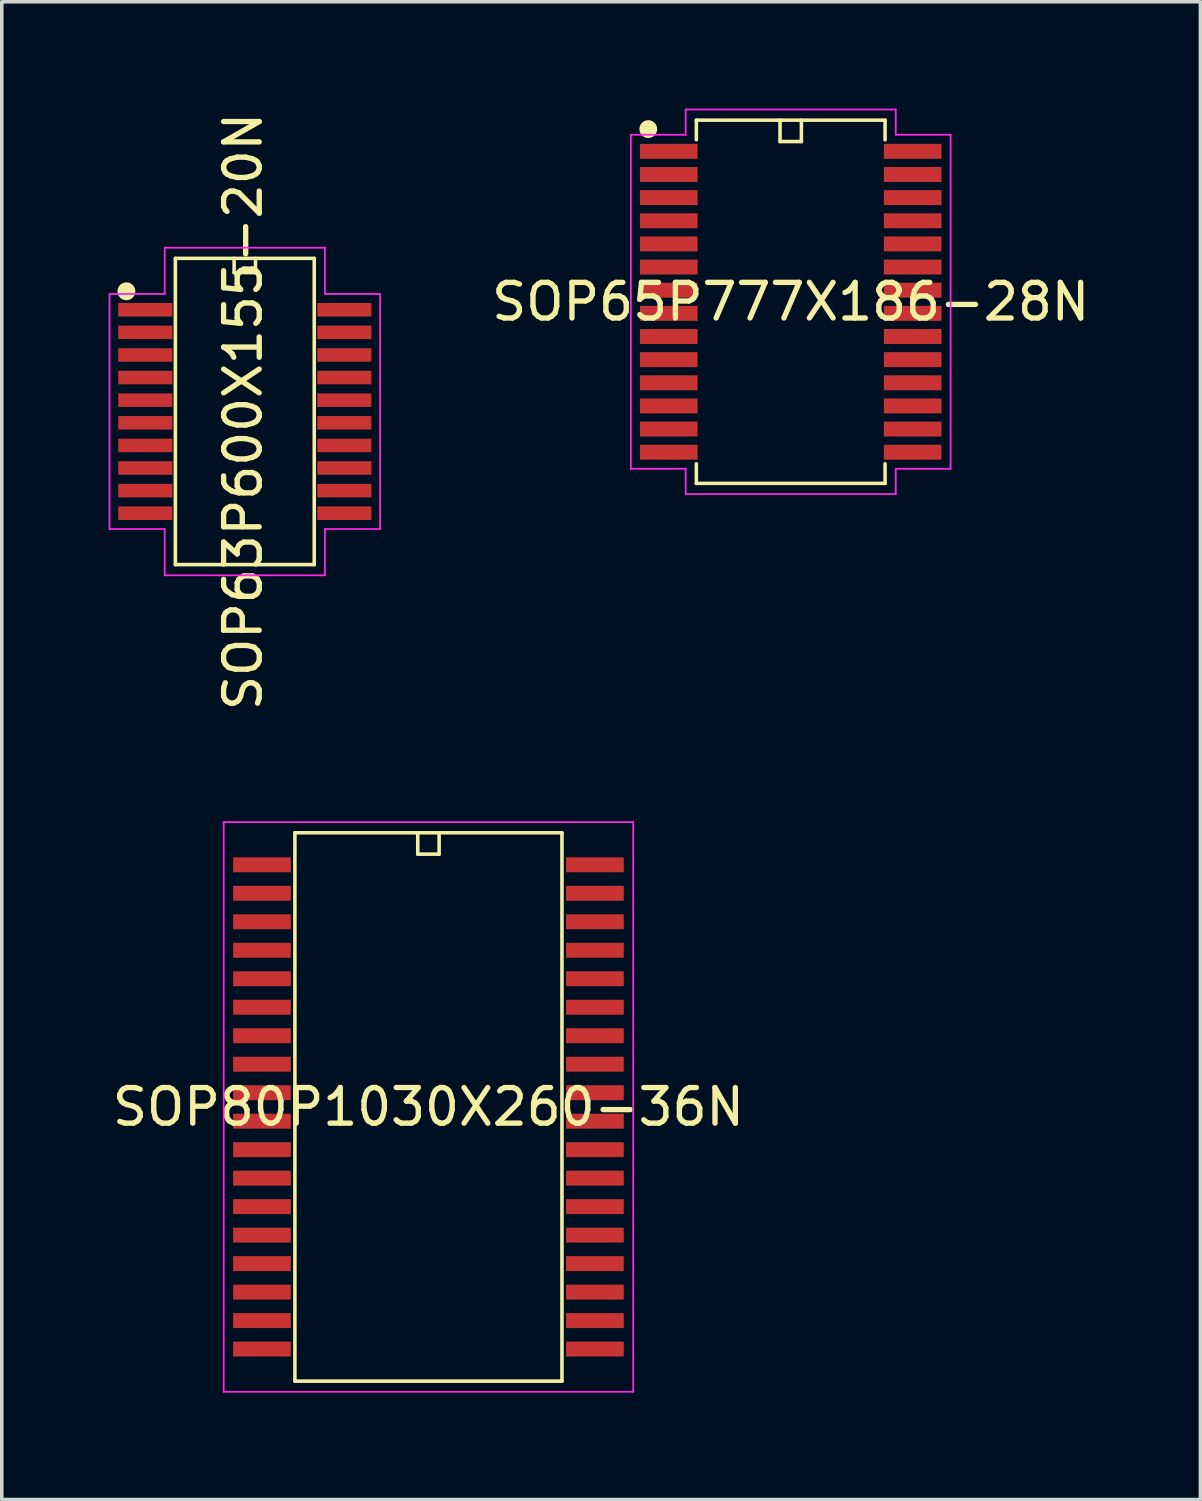
<source format=kicad_pcb>
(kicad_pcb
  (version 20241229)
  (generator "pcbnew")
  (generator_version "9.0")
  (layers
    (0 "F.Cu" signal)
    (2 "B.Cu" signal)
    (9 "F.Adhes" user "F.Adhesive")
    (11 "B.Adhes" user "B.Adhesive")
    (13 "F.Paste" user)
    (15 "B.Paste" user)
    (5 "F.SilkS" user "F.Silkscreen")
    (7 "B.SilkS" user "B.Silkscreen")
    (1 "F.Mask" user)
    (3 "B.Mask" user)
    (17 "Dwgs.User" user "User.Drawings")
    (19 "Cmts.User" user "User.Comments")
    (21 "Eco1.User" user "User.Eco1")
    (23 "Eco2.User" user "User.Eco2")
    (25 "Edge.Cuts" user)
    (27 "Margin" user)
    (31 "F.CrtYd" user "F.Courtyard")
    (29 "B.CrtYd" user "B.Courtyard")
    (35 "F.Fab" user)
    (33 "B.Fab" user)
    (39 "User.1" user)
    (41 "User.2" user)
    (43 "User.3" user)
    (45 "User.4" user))
  (footprint "SOP63P600X155-20N"
    (layer "F.Cu")
    (at 3.825 8.506)
    (property "Reference" "SOP63P600X155-20N" (at -0.05 0 90) (layer "F.SilkS") (effects (font (size 1 1) (thickness 0.15))))
    (attr through_hole)
    (fp_line (start -1.95 -4.3) (end -1.95 4.3) (stroke (width 0.1) (type solid)) (layer "F.SilkS"))
    (fp_line (start -1.95 4.3) (end 1.95 4.3) (stroke (width 0.1) (type solid)) (layer "F.SilkS"))
    (fp_line (start -0.3 -4.3) (end -0.3 -3.9) (stroke (width 0.1) (type solid)) (layer "F.SilkS"))
    (fp_line (start -0.3 -3.9) (end 0.3 -3.9) (stroke (width 0.1) (type solid)) (layer "F.SilkS"))
    (fp_line (start 0.3 -3.9) (end 0.3 -4.3) (stroke (width 0.1) (type solid)) (layer "F.SilkS"))
    (fp_line (start 1.95 -4.3) (end -1.95 -4.3) (stroke (width 0.1) (type solid)) (layer "F.SilkS"))
    (fp_line (start 1.95 4.3) (end 1.95 -4.3) (stroke (width 0.1) (type solid)) (layer "F.SilkS"))
    (fp_circle (center -3.325 -3.375) (end -3.3 -3.375) (stroke (width 0.05) (type solid)) (fill no) (layer "F.SilkS"))
    (fp_circle (center -3.325 -3.375) (end -3.275 -3.375) (stroke (width 0.05) (type solid)) (fill no) (layer "F.SilkS"))
    (fp_circle (center -3.325 -3.375) (end -3.25 -3.375) (stroke (width 0.05) (type solid)) (fill no) (layer "F.SilkS"))
    (fp_circle (center -3.325 -3.375) (end -3.225 -3.375) (stroke (width 0.05) (type solid)) (fill no) (layer "F.SilkS"))
    (fp_circle (center -3.325 -3.375) (end -3.2 -3.35) (stroke (width 0.05) (type solid)) (fill no) (layer "F.SilkS"))
    (fp_circle (center -3.325 -3.375) (end -3.175 -3.35) (stroke (width 0.05) (type solid)) (fill no) (layer "F.SilkS"))
    (fp_circle (center -3.325 -3.375) (end -3.15 -3.35) (stroke (width 0.05) (type solid)) (fill no) (layer "F.SilkS"))
    (fp_circle (center -3.325 -3.375) (end -3.125 -3.35) (stroke (width 0.05) (type solid)) (fill no) (layer "F.SilkS"))
    (fp_circle (center -3.325 -3.375) (end -3.1 -3.35) (stroke (width 0.05) (type solid)) (fill no) (layer "F.SilkS"))
    (fp_line (start -3.8 -3.3) (end -3.8 3.3) (stroke (width 0.05) (type solid)) (layer "F.CrtYd"))
    (fp_line (start -3.8 3.3) (end -2.25 3.3) (stroke (width 0.05) (type solid)) (layer "F.CrtYd"))
    (fp_line (start -2.25 -4.6) (end -2.25 -3.3) (stroke (width 0.05) (type solid)) (layer "F.CrtYd"))
    (fp_line (start -2.25 -3.3) (end -3.8 -3.3) (stroke (width 0.05) (type solid)) (layer "F.CrtYd"))
    (fp_line (start -2.25 3.3) (end -2.25 4.6) (stroke (width 0.05) (type solid)) (layer "F.CrtYd"))
    (fp_line (start -2.25 4.6) (end 2.25 4.6) (stroke (width 0.05) (type solid)) (layer "F.CrtYd"))
    (fp_line (start 2.25 -4.6) (end -2.25 -4.6) (stroke (width 0.05) (type solid)) (layer "F.CrtYd"))
    (fp_line (start 2.25 -3.3) (end 2.25 -4.6) (stroke (width 0.05) (type solid)) (layer "F.CrtYd"))
    (fp_line (start 2.25 3.3) (end 3.8 3.3) (stroke (width 0.05) (type solid)) (layer "F.CrtYd"))
    (fp_line (start 2.25 4.6) (end 2.25 3.3) (stroke (width 0.05) (type solid)) (layer "F.CrtYd"))
    (fp_line (start 3.8 -3.3) (end 2.25 -3.3) (stroke (width 0.05) (type solid)) (layer "F.CrtYd"))
    (fp_line (start 3.8 3.3) (end 3.8 -3.3) (stroke (width 0.05) (type solid)) (layer "F.CrtYd"))
    (pad "1" smd rect (at -2.795 -2.857) (size 1.52 0.38) (layers "F.Cu" "F.Mask" "F.Paste"))
    (pad "2" smd rect (at -2.795 -2.223) (size 1.52 0.38) (layers "F.Cu" "F.Mask" "F.Paste"))
    (pad "3" smd rect (at -2.795 -1.587) (size 1.52 0.38) (layers "F.Cu" "F.Mask" "F.Paste"))
    (pad "4" smd rect (at -2.795 -0.953) (size 1.52 0.38) (layers "F.Cu" "F.Mask" "F.Paste"))
    (pad "5" smd rect (at -2.795 -0.318) (size 1.52 0.38) (layers "F.Cu" "F.Mask" "F.Paste"))
    (pad "6" smd rect (at -2.795 0.318) (size 1.52 0.38) (layers "F.Cu" "F.Mask" "F.Paste"))
    (pad "7" smd rect (at -2.795 0.953) (size 1.52 0.38) (layers "F.Cu" "F.Mask" "F.Paste"))
    (pad "8" smd rect (at -2.795 1.587) (size 1.52 0.38) (layers "F.Cu" "F.Mask" "F.Paste"))
    (pad "9" smd rect (at -2.795 2.223) (size 1.52 0.38) (layers "F.Cu" "F.Mask" "F.Paste"))
    (pad "10" smd rect (at -2.795 2.857) (size 1.52 0.38) (layers "F.Cu" "F.Mask" "F.Paste"))
    (pad "11" smd rect (at 2.795 2.857) (size 1.52 0.38) (layers "F.Cu" "F.Mask" "F.Paste"))
    (pad "12" smd rect (at 2.795 2.223) (size 1.52 0.38) (layers "F.Cu" "F.Mask" "F.Paste"))
    (pad "13" smd rect (at 2.795 1.587) (size 1.52 0.38) (layers "F.Cu" "F.Mask" "F.Paste"))
    (pad "14" smd rect (at 2.795 0.953) (size 1.52 0.38) (layers "F.Cu" "F.Mask" "F.Paste"))
    (pad "15" smd rect (at 2.795 0.318) (size 1.52 0.38) (layers "F.Cu" "F.Mask" "F.Paste"))
    (pad "16" smd rect (at 2.795 -0.318) (size 1.52 0.38) (layers "F.Cu" "F.Mask" "F.Paste"))
    (pad "17" smd rect (at 2.795 -0.953) (size 1.52 0.38) (layers "F.Cu" "F.Mask" "F.Paste"))
    (pad "18" smd rect (at 2.795 -1.587) (size 1.52 0.38) (layers "F.Cu" "F.Mask" "F.Paste"))
    (pad "19" smd rect (at 2.795 -2.223) (size 1.52 0.38) (layers "F.Cu" "F.Mask" "F.Paste"))
    (pad "20" smd rect (at 2.795 -2.857) (size 1.52 0.38) (layers "F.Cu" "F.Mask" "F.Paste")))
  (footprint "SOP65P777X186-28N"
    (layer "F.Cu")
    (at 19.156 5.425)
    (property "Reference" "SOP65P777X186-28N" (at 0 0 0) (layer "F.SilkS") (effects (font (size 1 1) (thickness 0.15))))
    (attr through_hole)
    (fp_line (start -2.65 -5.1) (end 2.65 -5.1) (stroke (width 0.1) (type solid)) (layer "F.SilkS"))
    (fp_line (start -2.65 -4.55) (end -2.65 -5.1) (stroke (width 0.1) (type solid)) (layer "F.SilkS"))
    (fp_line (start -2.65 5.1) (end -2.65 4.55) (stroke (width 0.1) (type solid)) (layer "F.SilkS"))
    (fp_line (start -0.3 -5.1) (end -0.3 -4.5) (stroke (width 0.1) (type solid)) (layer "F.SilkS"))
    (fp_line (start -0.3 -4.5) (end 0.3 -4.5) (stroke (width 0.1) (type solid)) (layer "F.SilkS"))
    (fp_line (start 0.3 -4.5) (end 0.3 -5.1) (stroke (width 0.1) (type solid)) (layer "F.SilkS"))
    (fp_line (start 2.65 -5.1) (end 2.65 -4.55) (stroke (width 0.1) (type solid)) (layer "F.SilkS"))
    (fp_line (start 2.65 4.55) (end 2.65 5.1) (stroke (width 0.1) (type solid)) (layer "F.SilkS"))
    (fp_line (start 2.65 5.1) (end -2.65 5.1) (stroke (width 0.1) (type solid)) (layer "F.SilkS"))
    (fp_circle (center -4 -4.85) (end -3.975 -4.85) (stroke (width 0.05) (type solid)) (fill no) (layer "F.SilkS"))
    (fp_circle (center -4 -4.85) (end -3.95 -4.85) (stroke (width 0.05) (type solid)) (fill no) (layer "F.SilkS"))
    (fp_circle (center -4 -4.85) (end -3.925 -4.825) (stroke (width 0.05) (type solid)) (fill no) (layer "F.SilkS"))
    (fp_circle (center -4 -4.85) (end -3.9 -4.85) (stroke (width 0.05) (type solid)) (fill no) (layer "F.SilkS"))
    (fp_circle (center -4 -4.85) (end -3.875 -4.85) (stroke (width 0.05) (type solid)) (fill no) (layer "F.SilkS"))
    (fp_circle (center -4 -4.85) (end -3.85 -4.85) (stroke (width 0.05) (type solid)) (fill no) (layer "F.SilkS"))
    (fp_circle (center -4 -4.85) (end -3.825 -4.85) (stroke (width 0.05) (type solid)) (fill no) (layer "F.SilkS"))
    (fp_circle (center -4 -4.85) (end -3.8 -4.825) (stroke (width 0.05) (type solid)) (fill no) (layer "F.SilkS"))
    (fp_circle (center -4 -4.85) (end -3.775 -4.85) (stroke (width 0.05) (type solid)) (fill no) (layer "F.SilkS"))
    (fp_line (start -4.49 -4.69) (end -2.95 -4.69) (stroke (width 0.05) (type solid)) (layer "F.CrtYd"))
    (fp_line (start -4.49 4.69) (end -4.49 -4.69) (stroke (width 0.05) (type solid)) (layer "F.CrtYd"))
    (fp_line (start -2.95 -5.4) (end 2.95 -5.4) (stroke (width 0.05) (type solid)) (layer "F.CrtYd"))
    (fp_line (start -2.95 -4.69) (end -2.95 -5.4) (stroke (width 0.05) (type solid)) (layer "F.CrtYd"))
    (fp_line (start -2.95 4.69) (end -4.49 4.69) (stroke (width 0.05) (type solid)) (layer "F.CrtYd"))
    (fp_line (start -2.95 5.4) (end -2.95 4.69) (stroke (width 0.05) (type solid)) (layer "F.CrtYd"))
    (fp_line (start 2.95 -5.4) (end 2.95 -4.69) (stroke (width 0.05) (type solid)) (layer "F.CrtYd"))
    (fp_line (start 2.95 -4.69) (end 4.49 -4.69) (stroke (width 0.05) (type solid)) (layer "F.CrtYd"))
    (fp_line (start 2.95 4.69) (end 2.95 5.4) (stroke (width 0.05) (type solid)) (layer "F.CrtYd"))
    (fp_line (start 2.95 5.4) (end -2.95 5.4) (stroke (width 0.05) (type solid)) (layer "F.CrtYd"))
    (fp_line (start 4.49 -4.69) (end 4.49 4.69) (stroke (width 0.05) (type solid)) (layer "F.CrtYd"))
    (fp_line (start 4.49 4.69) (end 2.95 4.69) (stroke (width 0.05) (type solid)) (layer "F.CrtYd"))
    (pad "1" smd rect (at -3.425 -4.225) (size 1.62 0.42) (layers "F.Cu" "F.Mask" "F.Paste"))
    (pad "2" smd rect (at -3.425 -3.575) (size 1.62 0.42) (layers "F.Cu" "F.Mask" "F.Paste"))
    (pad "3" smd rect (at -3.425 -2.925) (size 1.62 0.42) (layers "F.Cu" "F.Mask" "F.Paste"))
    (pad "4" smd rect (at -3.425 -2.275) (size 1.62 0.42) (layers "F.Cu" "F.Mask" "F.Paste"))
    (pad "5" smd rect (at -3.425 -1.625) (size 1.62 0.42) (layers "F.Cu" "F.Mask" "F.Paste"))
    (pad "6" smd rect (at -3.425 -0.975) (size 1.62 0.42) (layers "F.Cu" "F.Mask" "F.Paste"))
    (pad "7" smd rect (at -3.425 -0.325) (size 1.62 0.42) (layers "F.Cu" "F.Mask" "F.Paste"))
    (pad "8" smd rect (at -3.425 0.325) (size 1.62 0.42) (layers "F.Cu" "F.Mask" "F.Paste"))
    (pad "9" smd rect (at -3.425 0.975) (size 1.62 0.42) (layers "F.Cu" "F.Mask" "F.Paste"))
    (pad "10" smd rect (at -3.425 1.625) (size 1.62 0.42) (layers "F.Cu" "F.Mask" "F.Paste"))
    (pad "11" smd rect (at -3.425 2.275) (size 1.62 0.42) (layers "F.Cu" "F.Mask" "F.Paste"))
    (pad "12" smd rect (at -3.425 2.925) (size 1.62 0.42) (layers "F.Cu" "F.Mask" "F.Paste"))
    (pad "13" smd rect (at -3.425 3.575) (size 1.62 0.42) (layers "F.Cu" "F.Mask" "F.Paste"))
    (pad "14" smd rect (at -3.425 4.225) (size 1.62 0.42) (layers "F.Cu" "F.Mask" "F.Paste"))
    (pad "15" smd rect (at 3.425 4.225) (size 1.62 0.42) (layers "F.Cu" "F.Mask" "F.Paste"))
    (pad "16" smd rect (at 3.425 3.575) (size 1.62 0.42) (layers "F.Cu" "F.Mask" "F.Paste"))
    (pad "17" smd rect (at 3.425 2.925) (size 1.62 0.42) (layers "F.Cu" "F.Mask" "F.Paste"))
    (pad "18" smd rect (at 3.425 2.275) (size 1.62 0.42) (layers "F.Cu" "F.Mask" "F.Paste"))
    (pad "19" smd rect (at 3.425 1.625) (size 1.62 0.42) (layers "F.Cu" "F.Mask" "F.Paste"))
    (pad "20" smd rect (at 3.425 0.975) (size 1.62 0.42) (layers "F.Cu" "F.Mask" "F.Paste"))
    (pad "21" smd rect (at 3.425 0.325) (size 1.62 0.42) (layers "F.Cu" "F.Mask" "F.Paste"))
    (pad "22" smd rect (at 3.425 -0.325) (size 1.62 0.42) (layers "F.Cu" "F.Mask" "F.Paste"))
    (pad "23" smd rect (at 3.425 -0.975) (size 1.62 0.42) (layers "F.Cu" "F.Mask" "F.Paste"))
    (pad "24" smd rect (at 3.425 -1.625) (size 1.62 0.42) (layers "F.Cu" "F.Mask" "F.Paste"))
    (pad "25" smd rect (at 3.425 -2.275) (size 1.62 0.42) (layers "F.Cu" "F.Mask" "F.Paste"))
    (pad "26" smd rect (at 3.425 -2.925) (size 1.62 0.42) (layers "F.Cu" "F.Mask" "F.Paste"))
    (pad "27" smd rect (at 3.425 -3.575) (size 1.62 0.42) (layers "F.Cu" "F.Mask" "F.Paste"))
    (pad "28" smd rect (at 3.425 -4.225) (size 1.62 0.42) (layers "F.Cu" "F.Mask" "F.Paste")))
  (footprint "SOP80P1030X260-36N"
    (layer "F.Cu")
    (at 8.982 28.037)
    (property "Reference" "SOP80P1030X260-36N" (at 0 0 0) (layer "F.SilkS") (effects (font (size 1 1) (thickness 0.15))))
    (attr through_hole)
    (fp_line (start -3.75 -7.7) (end -3.75 7.7) (stroke (width 0.1) (type solid)) (layer "F.SilkS"))
    (fp_line (start -3.75 7.7) (end 3.75 7.7) (stroke (width 0.1) (type solid)) (layer "F.SilkS"))
    (fp_line (start -0.3 -7.7) (end -0.3 -7.1) (stroke (width 0.1) (type solid)) (layer "F.SilkS"))
    (fp_line (start -0.3 -7.1) (end 0.3 -7.1) (stroke (width 0.1) (type solid)) (layer "F.SilkS"))
    (fp_line (start 0.3 -7.1) (end 0.3 -7.7) (stroke (width 0.1) (type solid)) (layer "F.SilkS"))
    (fp_line (start 3.75 -7.7) (end -3.75 -7.7) (stroke (width 0.1) (type solid)) (layer "F.SilkS"))
    (fp_line (start 3.75 7.7) (end 3.75 -7.7) (stroke (width 0.1) (type solid)) (layer "F.SilkS"))
    (fp_line (start -5.75 -8) (end -5.75 8) (stroke (width 0.05) (type solid)) (layer "F.CrtYd"))
    (fp_line (start -5.75 8) (end 5.75 8) (stroke (width 0.05) (type solid)) (layer "F.CrtYd"))
    (fp_line (start 5.75 -8) (end -5.75 -8) (stroke (width 0.05) (type solid)) (layer "F.CrtYd"))
    (fp_line (start 5.75 8) (end 5.75 -8) (stroke (width 0.05) (type solid)) (layer "F.CrtYd"))
    (pad "1" smd rect (at -4.675 -6.8) (size 1.62 0.42) (layers "F.Cu" "F.Mask" "F.Paste"))
    (pad "2" smd rect (at -4.675 -6) (size 1.62 0.42) (layers "F.Cu" "F.Mask" "F.Paste"))
    (pad "3" smd rect (at -4.675 -5.2) (size 1.62 0.42) (layers "F.Cu" "F.Mask" "F.Paste"))
    (pad "4" smd rect (at -4.675 -4.4) (size 1.62 0.42) (layers "F.Cu" "F.Mask" "F.Paste"))
    (pad "5" smd rect (at -4.675 -3.6) (size 1.62 0.42) (layers "F.Cu" "F.Mask" "F.Paste"))
    (pad "6" smd rect (at -4.675 -2.8) (size 1.62 0.42) (layers "F.Cu" "F.Mask" "F.Paste"))
    (pad "7" smd rect (at -4.675 -2) (size 1.62 0.42) (layers "F.Cu" "F.Mask" "F.Paste"))
    (pad "8" smd rect (at -4.675 -1.2) (size 1.62 0.42) (layers "F.Cu" "F.Mask" "F.Paste"))
    (pad "9" smd rect (at -4.675 -0.4) (size 1.62 0.42) (layers "F.Cu" "F.Mask" "F.Paste"))
    (pad "10" smd rect (at -4.675 0.4) (size 1.62 0.42) (layers "F.Cu" "F.Mask" "F.Paste"))
    (pad "11" smd rect (at -4.675 1.2) (size 1.62 0.42) (layers "F.Cu" "F.Mask" "F.Paste"))
    (pad "12" smd rect (at -4.675 2) (size 1.62 0.42) (layers "F.Cu" "F.Mask" "F.Paste"))
    (pad "13" smd rect (at -4.675 2.8) (size 1.62 0.42) (layers "F.Cu" "F.Mask" "F.Paste"))
    (pad "14" smd rect (at -4.675 3.6) (size 1.62 0.42) (layers "F.Cu" "F.Mask" "F.Paste"))
    (pad "15" smd rect (at -4.675 4.4) (size 1.62 0.42) (layers "F.Cu" "F.Mask" "F.Paste"))
    (pad "16" smd rect (at -4.675 5.2) (size 1.62 0.42) (layers "F.Cu" "F.Mask" "F.Paste"))
    (pad "17" smd rect (at -4.675 6) (size 1.62 0.42) (layers "F.Cu" "F.Mask" "F.Paste"))
    (pad "18" smd rect (at -4.675 6.8) (size 1.62 0.42) (layers "F.Cu" "F.Mask" "F.Paste"))
    (pad "19" smd rect (at 4.675 6.8) (size 1.62 0.42) (layers "F.Cu" "F.Mask" "F.Paste"))
    (pad "20" smd rect (at 4.675 6) (size 1.62 0.42) (layers "F.Cu" "F.Mask" "F.Paste"))
    (pad "21" smd rect (at 4.675 5.2) (size 1.62 0.42) (layers "F.Cu" "F.Mask" "F.Paste"))
    (pad "22" smd rect (at 4.675 4.4) (size 1.62 0.42) (layers "F.Cu" "F.Mask" "F.Paste"))
    (pad "23" smd rect (at 4.675 3.6) (size 1.62 0.42) (layers "F.Cu" "F.Mask" "F.Paste"))
    (pad "24" smd rect (at 4.675 2.8) (size 1.62 0.42) (layers "F.Cu" "F.Mask" "F.Paste"))
    (pad "25" smd rect (at 4.675 2) (size 1.62 0.42) (layers "F.Cu" "F.Mask" "F.Paste"))
    (pad "26" smd rect (at 4.675 1.2) (size 1.62 0.42) (layers "F.Cu" "F.Mask" "F.Paste"))
    (pad "27" smd rect (at 4.675 0.4) (size 1.62 0.42) (layers "F.Cu" "F.Mask" "F.Paste"))
    (pad "28" smd rect (at 4.675 -0.4) (size 1.62 0.42) (layers "F.Cu" "F.Mask" "F.Paste"))
    (pad "29" smd rect (at 4.675 -1.2) (size 1.62 0.42) (layers "F.Cu" "F.Mask" "F.Paste"))
    (pad "30" smd rect (at 4.675 -2) (size 1.62 0.42) (layers "F.Cu" "F.Mask" "F.Paste"))
    (pad "31" smd rect (at 4.675 -2.8) (size 1.62 0.42) (layers "F.Cu" "F.Mask" "F.Paste"))
    (pad "32" smd rect (at 4.675 -3.6) (size 1.62 0.42) (layers "F.Cu" "F.Mask" "F.Paste"))
    (pad "33" smd rect (at 4.675 -4.4) (size 1.62 0.42) (layers "F.Cu" "F.Mask" "F.Paste"))
    (pad "34" smd rect (at 4.675 -5.2) (size 1.62 0.42) (layers "F.Cu" "F.Mask" "F.Paste"))
    (pad "35" smd rect (at 4.675 -6) (size 1.62 0.42) (layers "F.Cu" "F.Mask" "F.Paste"))
    (pad "36" smd rect (at 4.675 -6.8) (size 1.62 0.42) (layers "F.Cu" "F.Mask" "F.Paste")))
  (gr_rect
    (start -3 -3)
    (end 30.662 39.062)
    (stroke (width 0.1) (type default))
    (fill no)
    (layer "Edge.Cuts")))
</source>
